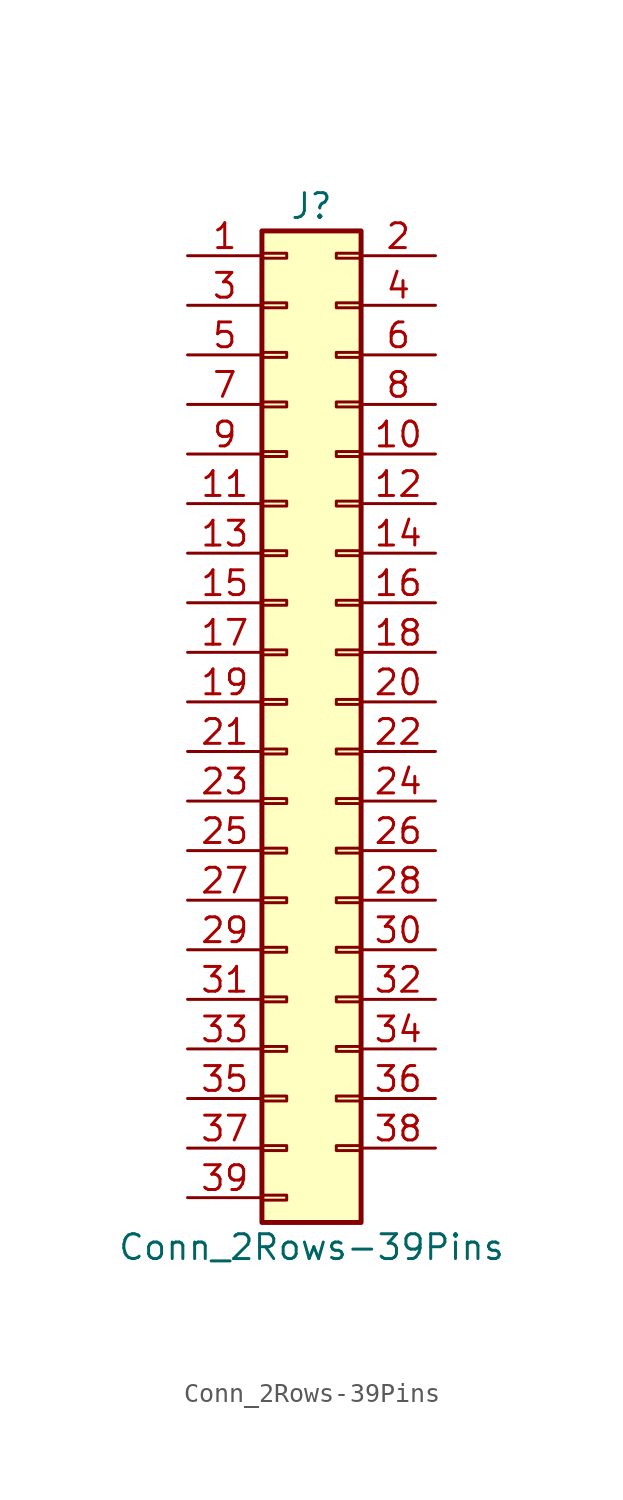
<source format=kicad_sym>
(kicad_symbol_lib
  (version 20201005)
  (generator kicad_symbol_editor)
  (symbol "Connector_Generic:Conn_2Rows-39Pins"
    (pin_names
      (offset 1.016) hide)
    (property "Reference" "J"
      (at 1.27 25.4 0)
      (effects (font (size 1.27 1.27))))
    (property "Value" "Conn_2Rows-39Pins"
      (at 1.27 -27.94 0)
      (effects (font (size 1.27 1.27))))
    (symbol "Conn_2Rows-39Pins_1_1"
      (rectangle (start -1.27 -4.953) (end 0 -5.207) (stroke (width 0.152)) (fill (type none)))
      (rectangle (start -1.27 -7.493) (end 0 -7.747) (stroke (width 0.152)) (fill (type none)))
      (rectangle (start -1.27 -10.033) (end 0 -10.287) (stroke (width 0.152)) (fill (type none)))
      (rectangle (start -1.27 -12.573) (end 0 -12.827) (stroke (width 0.152)) (fill (type none)))
      (rectangle (start -1.27 -15.113) (end 0 -15.367) (stroke (width 0.152)) (fill (type none)))
      (rectangle (start -1.27 -17.653) (end 0 -17.907) (stroke (width 0.152)) (fill (type none)))
      (rectangle (start -1.27 -20.193) (end 0 -20.447) (stroke (width 0.152)) (fill (type none)))
      (rectangle (start -1.27 -22.733) (end 0 -22.987) (stroke (width 0.152)) (fill (type none)))
      (rectangle (start -1.27 -2.413) (end 0 -2.667) (stroke (width 0.152)) (fill (type none)))
      (rectangle (start -1.27 -25.273) (end 0 -25.527) (stroke (width 0.152)) (fill (type none)))
      (rectangle (start -1.27 2.667) (end 0 2.413) (stroke (width 0.152)) (fill (type none)))
      (rectangle (start -1.27 5.207) (end 0 4.953) (stroke (width 0.152)) (fill (type none)))
      (rectangle (start -1.27 7.747) (end 0 7.493) (stroke (width 0.152)) (fill (type none)))
      (rectangle (start -1.27 10.287) (end 0 10.033) (stroke (width 0.152)) (fill (type none)))
      (rectangle (start -1.27 0.127) (end 0 -0.127) (stroke (width 0.152)) (fill (type none)))
      (rectangle (start -1.27 12.827) (end 0 12.573) (stroke (width 0.152)) (fill (type none)))
      (rectangle (start -1.27 15.367) (end 0 15.113) (stroke (width 0.152)) (fill (type none)))
      (rectangle (start -1.27 17.907) (end 0 17.653) (stroke (width 0.152)) (fill (type none)))
      (rectangle (start -1.27 20.447) (end 0 20.193) (stroke (width 0.152)) (fill (type none)))
      (rectangle (start -1.27 22.987) (end 0 22.733) (stroke (width 0.152)) (fill (type none)))
      (rectangle (start -1.27 24.13) (end 3.81 -26.67) (stroke (width 0.254)) (fill (type background)))
      (rectangle (start 3.81 -4.953) (end 2.54 -5.207) (stroke (width 0.152)) (fill (type none)))
      (rectangle (start 3.81 -7.493) (end 2.54 -7.747) (stroke (width 0.152)) (fill (type none)))
      (rectangle (start 3.81 -10.033) (end 2.54 -10.287) (stroke (width 0.152)) (fill (type none)))
      (rectangle (start 3.81 -12.573) (end 2.54 -12.827) (stroke (width 0.152)) (fill (type none)))
      (rectangle (start 3.81 -15.113) (end 2.54 -15.367) (stroke (width 0.152)) (fill (type none)))
      (rectangle (start 3.81 -17.653) (end 2.54 -17.907) (stroke (width 0.152)) (fill (type none)))
      (rectangle (start 3.81 -20.193) (end 2.54 -20.447) (stroke (width 0.152)) (fill (type none)))
      (rectangle (start 3.81 -22.733) (end 2.54 -22.987) (stroke (width 0.152)) (fill (type none)))
      (rectangle (start 3.81 -2.413) (end 2.54 -2.667) (stroke (width 0.152)) (fill (type none)))
      (rectangle (start 3.81 2.667) (end 2.54 2.413) (stroke (width 0.152)) (fill (type none)))
      (rectangle (start 3.81 5.207) (end 2.54 4.953) (stroke (width 0.152)) (fill (type none)))
      (rectangle (start 3.81 7.747) (end 2.54 7.493) (stroke (width 0.152)) (fill (type none)))
      (rectangle (start 3.81 10.287) (end 2.54 10.033) (stroke (width 0.152)) (fill (type none)))
      (rectangle (start 3.81 0.127) (end 2.54 -0.127) (stroke (width 0.152)) (fill (type none)))
      (rectangle (start 3.81 12.827) (end 2.54 12.573) (stroke (width 0.152)) (fill (type none)))
      (rectangle (start 3.81 15.367) (end 2.54 15.113) (stroke (width 0.152)) (fill (type none)))
      (rectangle (start 3.81 17.907) (end 2.54 17.653) (stroke (width 0.152)) (fill (type none)))
      (rectangle (start 3.81 20.447) (end 2.54 20.193) (stroke (width 0.152)) (fill (type none)))
      (rectangle (start 3.81 22.987) (end 2.54 22.733) (stroke (width 0.152)) (fill (type none)))
      (pin passive line (at -5.08 22.86 0) (length 3.81) (name "Pin_1" (effects (font (size 1.27 1.27)))) (number "1" (effects (font (size 1.27 1.27)))))
      (pin passive line (at 7.62 12.7 180) (length 3.81) (name "Pin_10" (effects (font (size 1.27 1.27)))) (number "10" (effects (font (size 1.27 1.27)))))
      (pin passive line (at -5.08 10.16 0) (length 3.81) (name "Pin_11" (effects (font (size 1.27 1.27)))) (number "11" (effects (font (size 1.27 1.27)))))
      (pin passive line (at 7.62 10.16 180) (length 3.81) (name "Pin_12" (effects (font (size 1.27 1.27)))) (number "12" (effects (font (size 1.27 1.27)))))
      (pin passive line (at -5.08 7.62 0) (length 3.81) (name "Pin_13" (effects (font (size 1.27 1.27)))) (number "13" (effects (font (size 1.27 1.27)))))
      (pin passive line (at 7.62 7.62 180) (length 3.81) (name "Pin_14" (effects (font (size 1.27 1.27)))) (number "14" (effects (font (size 1.27 1.27)))))
      (pin passive line (at -5.08 5.08 0) (length 3.81) (name "Pin_15" (effects (font (size 1.27 1.27)))) (number "15" (effects (font (size 1.27 1.27)))))
      (pin passive line (at 7.62 5.08 180) (length 3.81) (name "Pin_16" (effects (font (size 1.27 1.27)))) (number "16" (effects (font (size 1.27 1.27)))))
      (pin passive line (at -5.08 2.54 0) (length 3.81) (name "Pin_17" (effects (font (size 1.27 1.27)))) (number "17" (effects (font (size 1.27 1.27)))))
      (pin passive line (at 7.62 2.54 180) (length 3.81) (name "Pin_18" (effects (font (size 1.27 1.27)))) (number "18" (effects (font (size 1.27 1.27)))))
      (pin passive line (at -5.08 0 0) (length 3.81) (name "Pin_19" (effects (font (size 1.27 1.27)))) (number "19" (effects (font (size 1.27 1.27)))))
      (pin passive line (at 7.62 22.86 180) (length 3.81) (name "Pin_2" (effects (font (size 1.27 1.27)))) (number "2" (effects (font (size 1.27 1.27)))))
      (pin passive line (at 7.62 0 180) (length 3.81) (name "Pin_20" (effects (font (size 1.27 1.27)))) (number "20" (effects (font (size 1.27 1.27)))))
      (pin passive line (at -5.08 -2.54 0) (length 3.81) (name "Pin_21" (effects (font (size 1.27 1.27)))) (number "21" (effects (font (size 1.27 1.27)))))
      (pin passive line (at 7.62 -2.54 180) (length 3.81) (name "Pin_22" (effects (font (size 1.27 1.27)))) (number "22" (effects (font (size 1.27 1.27)))))
      (pin passive line (at -5.08 -5.08 0) (length 3.81) (name "Pin_23" (effects (font (size 1.27 1.27)))) (number "23" (effects (font (size 1.27 1.27)))))
      (pin passive line (at 7.62 -5.08 180) (length 3.81) (name "Pin_24" (effects (font (size 1.27 1.27)))) (number "24" (effects (font (size 1.27 1.27)))))
      (pin passive line (at -5.08 -7.62 0) (length 3.81) (name "Pin_25" (effects (font (size 1.27 1.27)))) (number "25" (effects (font (size 1.27 1.27)))))
      (pin passive line (at 7.62 -7.62 180) (length 3.81) (name "Pin_26" (effects (font (size 1.27 1.27)))) (number "26" (effects (font (size 1.27 1.27)))))
      (pin passive line (at -5.08 -10.16 0) (length 3.81) (name "Pin_27" (effects (font (size 1.27 1.27)))) (number "27" (effects (font (size 1.27 1.27)))))
      (pin passive line (at 7.62 -10.16 180) (length 3.81) (name "Pin_28" (effects (font (size 1.27 1.27)))) (number "28" (effects (font (size 1.27 1.27)))))
      (pin passive line (at -5.08 -12.7 0) (length 3.81) (name "Pin_29" (effects (font (size 1.27 1.27)))) (number "29" (effects (font (size 1.27 1.27)))))
      (pin passive line (at -5.08 20.32 0) (length 3.81) (name "Pin_3" (effects (font (size 1.27 1.27)))) (number "3" (effects (font (size 1.27 1.27)))))
      (pin passive line (at 7.62 -12.7 180) (length 3.81) (name "Pin_30" (effects (font (size 1.27 1.27)))) (number "30" (effects (font (size 1.27 1.27)))))
      (pin passive line (at -5.08 -15.24 0) (length 3.81) (name "Pin_31" (effects (font (size 1.27 1.27)))) (number "31" (effects (font (size 1.27 1.27)))))
      (pin passive line (at 7.62 -15.24 180) (length 3.81) (name "Pin_32" (effects (font (size 1.27 1.27)))) (number "32" (effects (font (size 1.27 1.27)))))
      (pin passive line (at -5.08 -17.78 0) (length 3.81) (name "Pin_33" (effects (font (size 1.27 1.27)))) (number "33" (effects (font (size 1.27 1.27)))))
      (pin passive line (at 7.62 -17.78 180) (length 3.81) (name "Pin_34" (effects (font (size 1.27 1.27)))) (number "34" (effects (font (size 1.27 1.27)))))
      (pin passive line (at -5.08 -20.32 0) (length 3.81) (name "Pin_35" (effects (font (size 1.27 1.27)))) (number "35" (effects (font (size 1.27 1.27)))))
      (pin passive line (at 7.62 -20.32 180) (length 3.81) (name "Pin_36" (effects (font (size 1.27 1.27)))) (number "36" (effects (font (size 1.27 1.27)))))
      (pin passive line (at -5.08 -22.86 0) (length 3.81) (name "Pin_37" (effects (font (size 1.27 1.27)))) (number "37" (effects (font (size 1.27 1.27)))))
      (pin passive line (at 7.62 -22.86 180) (length 3.81) (name "Pin_38" (effects (font (size 1.27 1.27)))) (number "38" (effects (font (size 1.27 1.27)))))
      (pin passive line (at -5.08 -25.4 0) (length 3.81) (name "Pin_39" (effects (font (size 1.27 1.27)))) (number "39" (effects (font (size 1.27 1.27)))))
      (pin passive line (at 7.62 20.32 180) (length 3.81) (name "Pin_4" (effects (font (size 1.27 1.27)))) (number "4" (effects (font (size 1.27 1.27)))))
      (pin passive line (at -5.08 17.78 0) (length 3.81) (name "Pin_5" (effects (font (size 1.27 1.27)))) (number "5" (effects (font (size 1.27 1.27)))))
      (pin passive line (at 7.62 17.78 180) (length 3.81) (name "Pin_6" (effects (font (size 1.27 1.27)))) (number "6" (effects (font (size 1.27 1.27)))))
      (pin passive line (at -5.08 15.24 0) (length 3.81) (name "Pin_7" (effects (font (size 1.27 1.27)))) (number "7" (effects (font (size 1.27 1.27)))))
      (pin passive line (at 7.62 15.24 180) (length 3.81) (name "Pin_8" (effects (font (size 1.27 1.27)))) (number "8" (effects (font (size 1.27 1.27)))))
      (pin passive line (at -5.08 12.7 0) (length 3.81) (name "Pin_9" (effects (font (size 1.27 1.27)))) (number "9" (effects (font (size 1.27 1.27))))))))
</source>
